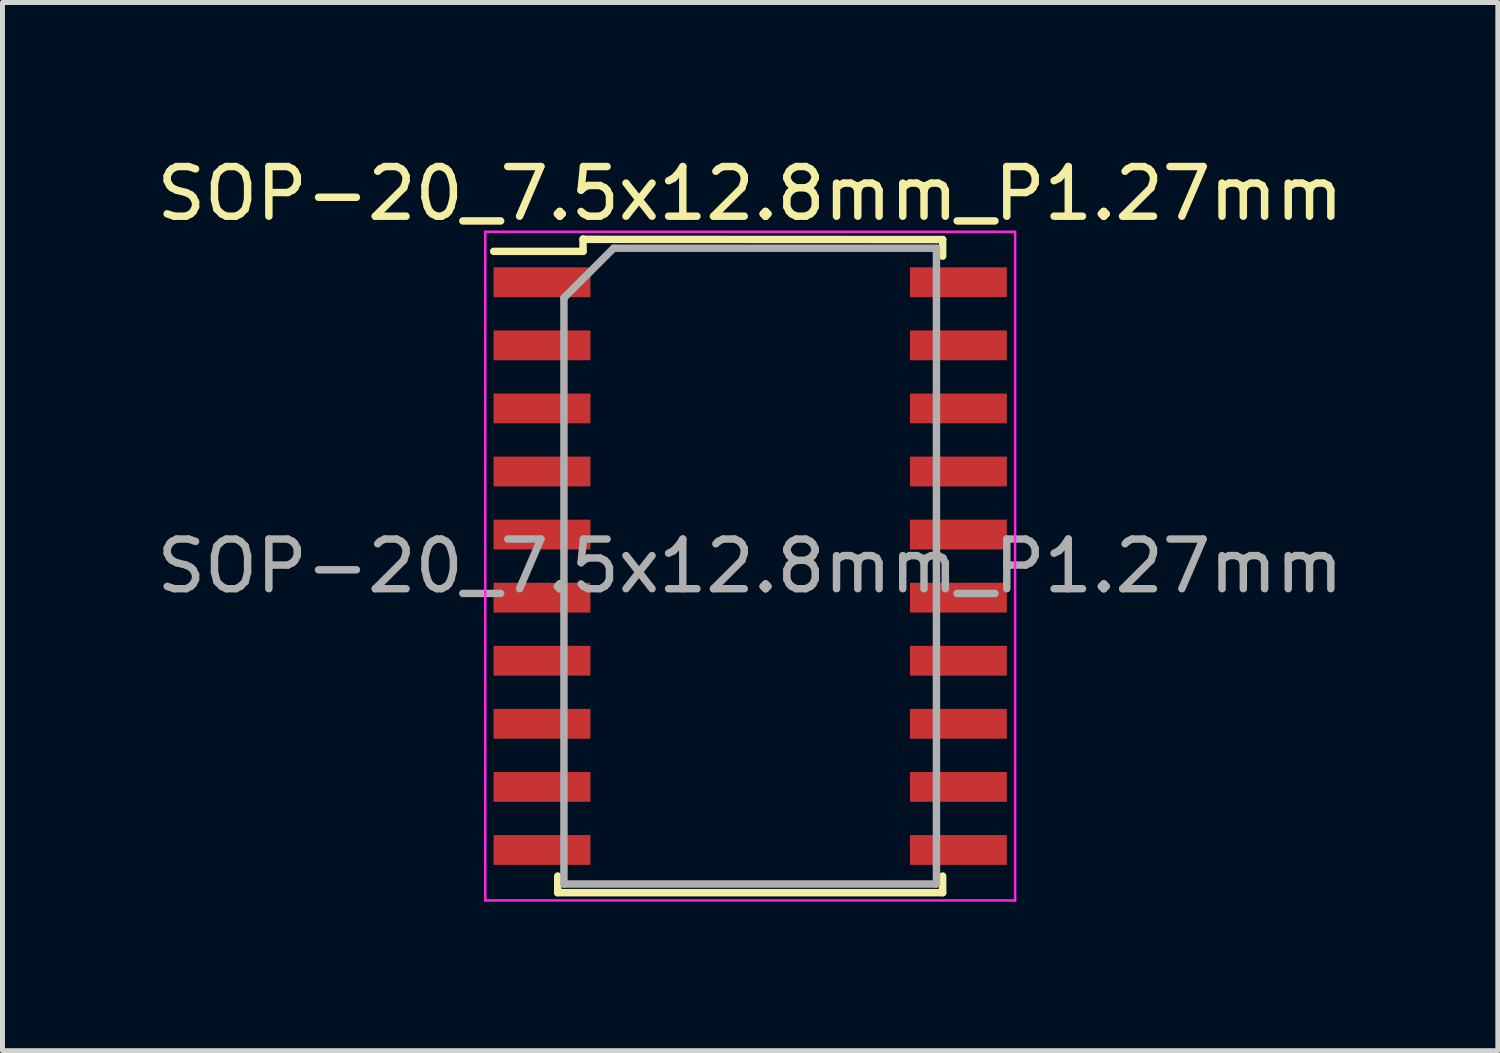
<source format=kicad_pcb>
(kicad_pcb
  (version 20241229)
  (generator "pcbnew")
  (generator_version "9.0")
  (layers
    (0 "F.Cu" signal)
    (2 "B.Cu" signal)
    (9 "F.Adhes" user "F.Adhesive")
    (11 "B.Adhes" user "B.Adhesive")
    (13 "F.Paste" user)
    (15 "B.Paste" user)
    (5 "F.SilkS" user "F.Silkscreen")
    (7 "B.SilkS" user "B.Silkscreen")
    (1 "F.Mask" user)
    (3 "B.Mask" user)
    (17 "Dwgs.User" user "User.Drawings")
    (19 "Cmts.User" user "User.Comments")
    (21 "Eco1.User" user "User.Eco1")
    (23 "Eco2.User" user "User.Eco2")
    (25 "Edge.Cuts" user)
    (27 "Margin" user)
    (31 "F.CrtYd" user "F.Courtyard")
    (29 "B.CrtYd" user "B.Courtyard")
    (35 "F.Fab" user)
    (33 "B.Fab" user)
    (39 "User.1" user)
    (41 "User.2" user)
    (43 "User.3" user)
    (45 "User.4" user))
  (footprint "SOP-20_7.5x12.8mm_P1.27mm"
    (layer "F.Cu")
    (at 12.054 8.348)
    (property "Reference" "SOP-20_7.5x12.8mm_P1.27mm" (at 0 -7.5 0) (layer "F.SilkS") (effects (font (size 1 1) (thickness 0.15))))
    (attr smd)
    (fp_line (start -3.875 6.575) (end -3.875 6.24) (stroke (width 0.15) (type solid)) (layer "F.SilkS"))
    (fp_line (start -3.875 6.575) (end 3.875 6.575) (stroke (width 0.15) (type solid)) (layer "F.SilkS"))
    (fp_line (start -3.365 -6.587) (end -3.365 -6.337) (stroke (width 0.15) (type solid)) (layer "F.SilkS"))
    (fp_line (start -3.365 -6.579) (end 3.875 -6.575) (stroke (width 0.15) (type solid)) (layer "F.SilkS"))
    (fp_line (start -3.365 -6.337) (end -5.165 -6.337) (stroke (width 0.15) (type solid)) (layer "F.SilkS"))
    (fp_line (start 3.875 -6.575) (end 3.875 -6.24) (stroke (width 0.15) (type solid)) (layer "F.SilkS"))
    (fp_line (start 3.875 6.575) (end 3.875 6.24) (stroke (width 0.15) (type solid)) (layer "F.SilkS"))
    (fp_line (start -5.334 -6.731) (end -5.334 6.731) (stroke (width 0.05) (type solid)) (layer "F.CrtYd"))
    (fp_line (start -5.334 -6.731) (end 5.334 -6.731) (stroke (width 0.05) (type solid)) (layer "F.CrtYd"))
    (fp_line (start -5.334 6.731) (end 5.334 6.731) (stroke (width 0.05) (type solid)) (layer "F.CrtYd"))
    (fp_line (start 5.334 -6.731) (end 5.334 6.731) (stroke (width 0.05) (type solid)) (layer "F.CrtYd"))
    (fp_line (start -3.75 -5.4) (end -2.75 -6.4) (stroke (width 0.15) (type solid)) (layer "F.Fab"))
    (fp_line (start -3.75 6.4) (end -3.75 -5.4) (stroke (width 0.15) (type solid)) (layer "F.Fab"))
    (fp_line (start -2.75 -6.4) (end 3.75 -6.4) (stroke (width 0.15) (type solid)) (layer "F.Fab"))
    (fp_line (start 3.75 -6.4) (end 3.75 6.4) (stroke (width 0.15) (type solid)) (layer "F.Fab"))
    (fp_line (start 3.75 6.4) (end -3.75 6.4) (stroke (width 0.15) (type solid)) (layer "F.Fab"))
    (fp_text user "${REFERENCE}" (at 0 0 0) (layer "F.Fab") (effects (font (size 1 1) (thickness 0.15))))
    (pad "1" smd rect (at -4.192 -5.715) (size 1.95 0.6) (layers "F.Cu" "F.Mask" "F.Paste"))
    (pad "2" smd rect (at -4.192 -4.445) (size 1.95 0.6) (layers "F.Cu" "F.Mask" "F.Paste"))
    (pad "3" smd rect (at -4.192 -3.175) (size 1.95 0.6) (layers "F.Cu" "F.Mask" "F.Paste"))
    (pad "4" smd rect (at -4.192 -1.905) (size 1.95 0.6) (layers "F.Cu" "F.Mask" "F.Paste"))
    (pad "5" smd rect (at -4.192 -0.635) (size 1.95 0.6) (layers "F.Cu" "F.Mask" "F.Paste"))
    (pad "6" smd rect (at -4.192 0.635) (size 1.95 0.6) (layers "F.Cu" "F.Mask" "F.Paste"))
    (pad "7" smd rect (at -4.192 1.905) (size 1.95 0.6) (layers "F.Cu" "F.Mask" "F.Paste"))
    (pad "8" smd rect (at -4.192 3.175) (size 1.95 0.6) (layers "F.Cu" "F.Mask" "F.Paste"))
    (pad "9" smd rect (at -4.192 4.445) (size 1.95 0.6) (layers "F.Cu" "F.Mask" "F.Paste"))
    (pad "10" smd rect (at -4.192 5.715) (size 1.95 0.6) (layers "F.Cu" "F.Mask" "F.Paste"))
    (pad "11" smd rect (at 4.192 5.715) (size 1.95 0.6) (layers "F.Cu" "F.Mask" "F.Paste"))
    (pad "12" smd rect (at 4.192 4.445) (size 1.95 0.6) (layers "F.Cu" "F.Mask" "F.Paste"))
    (pad "13" smd rect (at 4.192 3.175) (size 1.95 0.6) (layers "F.Cu" "F.Mask" "F.Paste"))
    (pad "14" smd rect (at 4.192 1.905) (size 1.95 0.6) (layers "F.Cu" "F.Mask" "F.Paste"))
    (pad "15" smd rect (at 4.192 0.635) (size 1.95 0.6) (layers "F.Cu" "F.Mask" "F.Paste"))
    (pad "16" smd rect (at 4.192 -0.635) (size 1.95 0.6) (layers "F.Cu" "F.Mask" "F.Paste"))
    (pad "17" smd rect (at 4.192 -1.905) (size 1.95 0.6) (layers "F.Cu" "F.Mask" "F.Paste"))
    (pad "18" smd rect (at 4.192 -3.175) (size 1.95 0.6) (layers "F.Cu" "F.Mask" "F.Paste"))
    (pad "19" smd rect (at 4.192 -4.445) (size 1.95 0.6) (layers "F.Cu" "F.Mask" "F.Paste"))
    (pad "20" smd rect (at 4.192 -5.715) (size 1.95 0.6) (layers "F.Cu" "F.Mask" "F.Paste")))
  (gr_rect
    (start -3 -3)
    (end 27.107 18.104)
    (stroke (width 0.1) (type default))
    (fill no)
    (layer "Edge.Cuts")))
</source>
